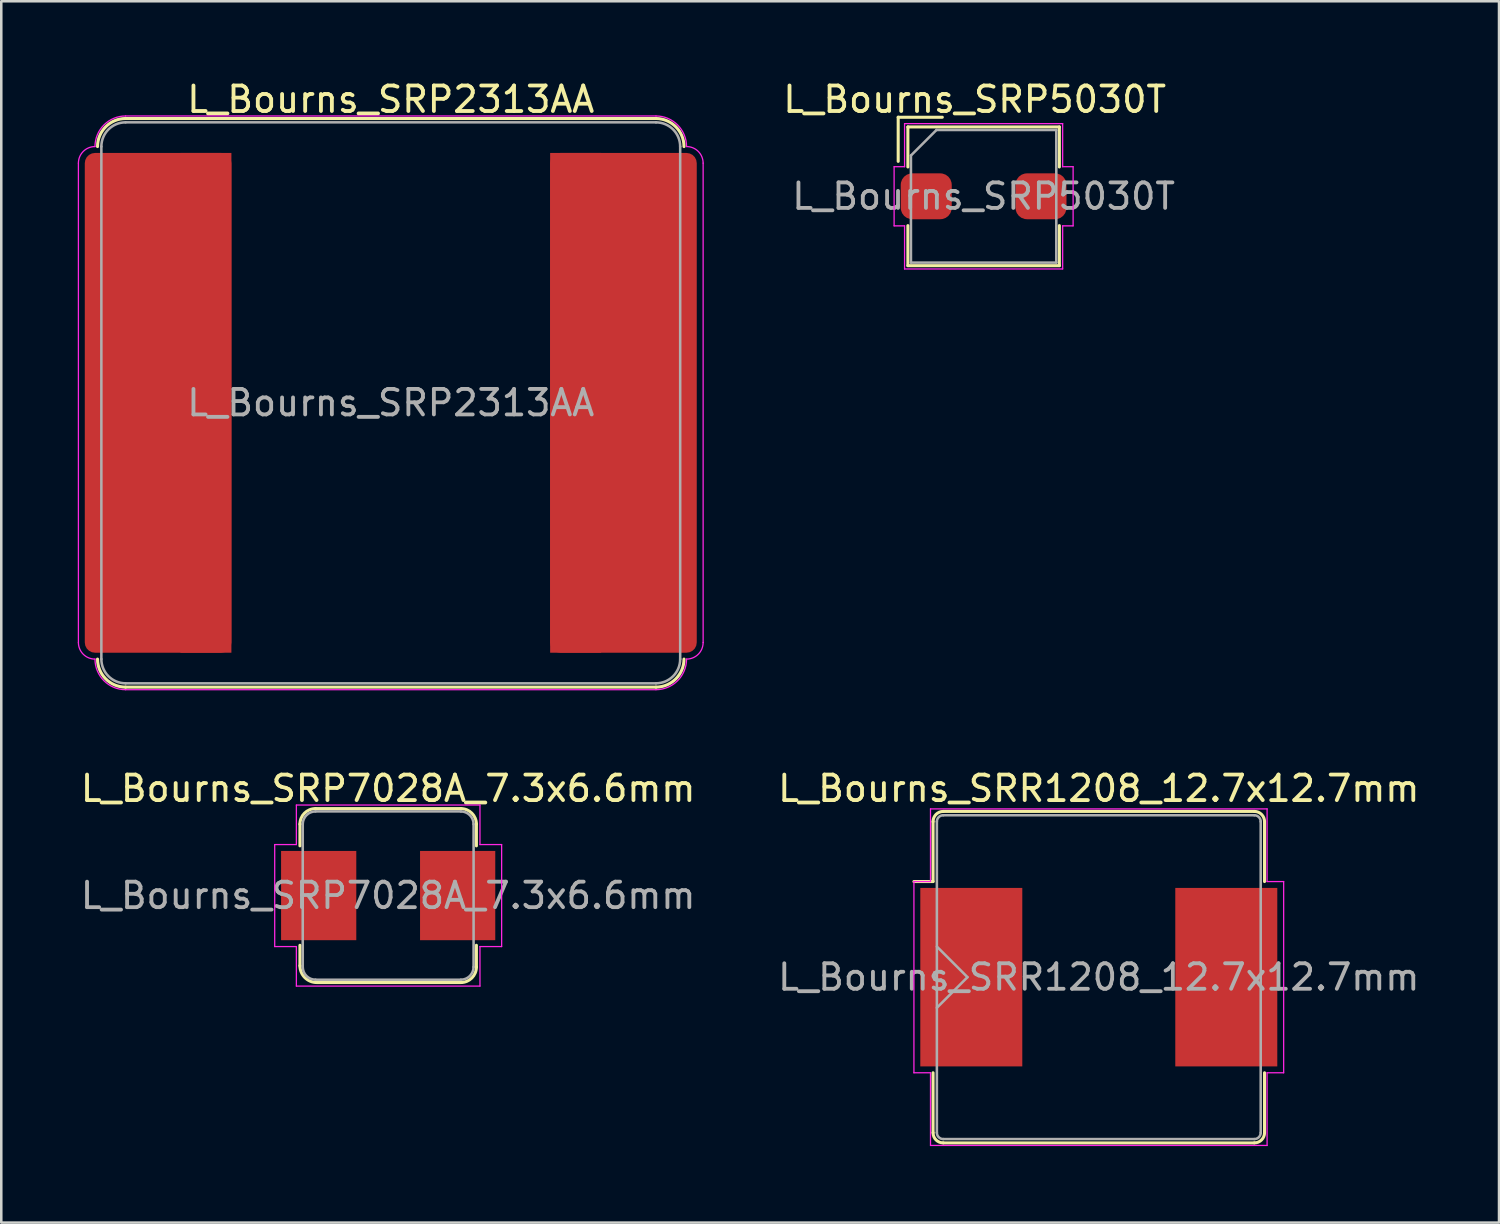
<source format=kicad_pcb>
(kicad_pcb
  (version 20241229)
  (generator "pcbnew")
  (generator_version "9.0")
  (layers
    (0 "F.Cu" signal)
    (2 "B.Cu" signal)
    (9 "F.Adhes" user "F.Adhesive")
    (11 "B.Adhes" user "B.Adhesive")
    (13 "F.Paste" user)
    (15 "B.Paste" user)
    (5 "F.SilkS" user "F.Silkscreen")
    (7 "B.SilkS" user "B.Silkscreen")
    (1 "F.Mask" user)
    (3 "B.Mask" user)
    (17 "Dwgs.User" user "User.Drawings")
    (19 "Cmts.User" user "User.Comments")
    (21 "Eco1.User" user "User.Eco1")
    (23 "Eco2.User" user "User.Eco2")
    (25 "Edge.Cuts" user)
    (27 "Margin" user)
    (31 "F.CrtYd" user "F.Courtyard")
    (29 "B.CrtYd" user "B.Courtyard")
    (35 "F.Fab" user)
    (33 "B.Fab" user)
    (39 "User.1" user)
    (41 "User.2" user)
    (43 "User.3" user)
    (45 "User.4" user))
  (footprint "L_Bourns_SRR1208_12.7x12.7mm"
    (layer "F.Cu")
    (at 40.042 35.272)
    (property "Reference" "L_Bourns_SRR1208_12.7x12.7mm" (at 0 -7.4 0) (layer "F.SilkS") (effects (font (size 1 1) (thickness 0.15))))
    (attr smd)
    (fp_line (start -6.5 -6.1) (end -6.5 -3.75) (stroke (width 0.12) (type solid)) (layer "F.SilkS"))
    (fp_line (start -6.5 -3.75) (end -7.25 -3.75) (stroke (width 0.12) (type solid)) (layer "F.SilkS"))
    (fp_line (start -6.5 3.75) (end -6.5 6.1) (stroke (width 0.12) (type solid)) (layer "F.SilkS"))
    (fp_line (start -6.1 -6.5) (end 6.1 -6.5) (stroke (width 0.12) (type solid)) (layer "F.SilkS"))
    (fp_line (start 6.1 6.5) (end -6.1 6.5) (stroke (width 0.12) (type solid)) (layer "F.SilkS"))
    (fp_line (start 6.5 -6.1) (end 6.5 -3.75) (stroke (width 0.12) (type solid)) (layer "F.SilkS"))
    (fp_line (start 6.5 3.75) (end 6.5 6.1) (stroke (width 0.12) (type solid)) (layer "F.SilkS"))
    (fp_arc (start -6.5 -6.1) (mid -6.382843 -6.382843) (end -6.1 -6.5) (stroke (width 0.12) (type solid)) (layer "F.SilkS"))
    (fp_arc (start -6.1 6.5) (mid -6.382843 6.382843) (end -6.5 6.1) (stroke (width 0.12) (type solid)) (layer "F.SilkS"))
    (fp_arc (start 6.1 -6.5) (mid 6.382843 -6.382843) (end 6.5 -6.1) (stroke (width 0.12) (type solid)) (layer "F.SilkS"))
    (fp_arc (start 6.5 6.1) (mid 6.382843 6.382843) (end 6.1 6.5) (stroke (width 0.12) (type solid)) (layer "F.SilkS"))
    (fp_line (start -7.25 -3.75) (end -7.25 3.75) (stroke (width 0.05) (type solid)) (layer "F.CrtYd"))
    (fp_line (start -7.25 -3.75) (end -6.6 -3.75) (stroke (width 0.05) (type solid)) (layer "F.CrtYd"))
    (fp_line (start -6.6 -6.6) (end -6.6 -3.75) (stroke (width 0.05) (type solid)) (layer "F.CrtYd"))
    (fp_line (start -6.6 -6.6) (end 6.6 -6.6) (stroke (width 0.05) (type solid)) (layer "F.CrtYd"))
    (fp_line (start -6.6 3.75) (end -7.25 3.75) (stroke (width 0.05) (type solid)) (layer "F.CrtYd"))
    (fp_line (start -6.6 6.6) (end -6.6 3.75) (stroke (width 0.05) (type solid)) (layer "F.CrtYd"))
    (fp_line (start 6.6 -6.6) (end 6.6 -3.75) (stroke (width 0.05) (type solid)) (layer "F.CrtYd"))
    (fp_line (start 6.6 3.75) (end 6.6 6.6) (stroke (width 0.05) (type solid)) (layer "F.CrtYd"))
    (fp_line (start 6.6 6.6) (end -6.6 6.6) (stroke (width 0.05) (type solid)) (layer "F.CrtYd"))
    (fp_line (start 7.25 -3.75) (end 6.6 -3.75) (stroke (width 0.05) (type solid)) (layer "F.CrtYd"))
    (fp_line (start 7.25 -3.75) (end 7.25 3.75) (stroke (width 0.05) (type solid)) (layer "F.CrtYd"))
    (fp_line (start 7.25 3.75) (end 6.6 3.75) (stroke (width 0.05) (type solid)) (layer "F.CrtYd"))
    (fp_line (start -6.35 -6.1) (end -6.35 6.1) (stroke (width 0.1) (type solid)) (layer "F.Fab"))
    (fp_line (start -6.1 -6.35) (end 6.1 -6.35) (stroke (width 0.1) (type solid)) (layer "F.Fab"))
    (fp_line (start -5.15 0) (end -6.35 -1.2) (stroke (width 0.1) (type solid)) (layer "F.Fab"))
    (fp_line (start -5.15 0) (end -6.35 1.2) (stroke (width 0.1) (type solid)) (layer "F.Fab"))
    (fp_line (start 6.1 6.35) (end -6.1 6.35) (stroke (width 0.1) (type solid)) (layer "F.Fab"))
    (fp_line (start 6.35 -6.1) (end 6.35 6.1) (stroke (width 0.1) (type solid)) (layer "F.Fab"))
    (fp_arc (start -6.35 -6.1) (mid -6.276777 -6.276777) (end -6.1 -6.35) (stroke (width 0.1) (type solid)) (layer "F.Fab"))
    (fp_arc (start -6.1 6.35) (mid -6.276777 6.276777) (end -6.35 6.1) (stroke (width 0.1) (type solid)) (layer "F.Fab"))
    (fp_arc (start 6.1 -6.35) (mid 6.276777 -6.276777) (end 6.35 -6.1) (stroke (width 0.1) (type solid)) (layer "F.Fab"))
    (fp_arc (start 6.35 6.1) (mid 6.276777 6.276777) (end 6.1 6.35) (stroke (width 0.1) (type solid)) (layer "F.Fab"))
    (fp_text user "${REFERENCE}" (at 0 0 0) (layer "F.Fab") (effects (font (size 1 1) (thickness 0.15))))
    (pad "1" smd rect (at -5 0) (size 4 7) (layers "F.Cu" "F.Mask" "F.Paste"))
    (pad "2" smd rect (at 5 0) (size 4 7) (layers "F.Cu" "F.Mask" "F.Paste")))
  (footprint "L_Bourns_SRP7028A_7.3x6.6mm"
    (layer "F.Cu")
    (at 12.173 32.072)
    (property "Reference" "L_Bourns_SRP7028A_7.3x6.6mm" (at 0 -4.2 0) (layer "F.SilkS") (effects (font (size 1 1) (thickness 0.15))))
    (attr smd)
    (fp_line (start -3.46 -1.95) (end -3.46 -2.8) (stroke (width 0.12) (type solid)) (layer "F.SilkS"))
    (fp_line (start -3.46 2.75) (end -3.46 1.95) (stroke (width 0.12) (type solid)) (layer "F.SilkS"))
    (fp_line (start -2.85 -3.41) (end 2.85 -3.41) (stroke (width 0.12) (type solid)) (layer "F.SilkS"))
    (fp_line (start 2.85 3.41) (end -2.8 3.41) (stroke (width 0.12) (type solid)) (layer "F.SilkS"))
    (fp_line (start 3.46 -2.8) (end 3.46 -1.95) (stroke (width 0.12) (type solid)) (layer "F.SilkS"))
    (fp_line (start 3.46 1.95) (end 3.46 2.8) (stroke (width 0.12) (type solid)) (layer "F.SilkS"))
    (fp_arc (start -3.46 -2.8) (mid -3.281335 -3.231335) (end -2.85 -3.41) (stroke (width 0.12) (type solid)) (layer "F.SilkS"))
    (fp_arc (start -2.8 3.41) (mid -3.26669 3.21669) (end -3.46 2.75) (stroke (width 0.12) (type solid)) (layer "F.SilkS"))
    (fp_arc (start 2.85 -3.41) (mid 3.281335 -3.231335) (end 3.46 -2.8) (stroke (width 0.12) (type solid)) (layer "F.SilkS"))
    (fp_arc (start 3.46 2.8) (mid 3.281335 3.231335) (end 2.85 3.41) (stroke (width 0.12) (type solid)) (layer "F.SilkS"))
    (fp_line (start -4.45 -2) (end -3.6 -2) (stroke (width 0.05) (type solid)) (layer "F.CrtYd"))
    (fp_line (start -4.45 2) (end -4.45 -2) (stroke (width 0.05) (type solid)) (layer "F.CrtYd"))
    (fp_line (start -3.6 -3.55) (end 3.6 -3.55) (stroke (width 0.05) (type solid)) (layer "F.CrtYd"))
    (fp_line (start -3.6 -2) (end -3.6 -3.55) (stroke (width 0.05) (type solid)) (layer "F.CrtYd"))
    (fp_line (start -3.6 2) (end -4.45 2) (stroke (width 0.05) (type solid)) (layer "F.CrtYd"))
    (fp_line (start -3.6 3.55) (end -3.6 2) (stroke (width 0.05) (type solid)) (layer "F.CrtYd"))
    (fp_line (start 3.6 -3.55) (end 3.6 -2) (stroke (width 0.05) (type solid)) (layer "F.CrtYd"))
    (fp_line (start 3.6 -2) (end 4.45 -2) (stroke (width 0.05) (type solid)) (layer "F.CrtYd"))
    (fp_line (start 3.6 2) (end 3.6 3.55) (stroke (width 0.05) (type solid)) (layer "F.CrtYd"))
    (fp_line (start 3.6 3.55) (end -3.6 3.55) (stroke (width 0.05) (type solid)) (layer "F.CrtYd"))
    (fp_line (start 4.45 -2) (end 4.45 2) (stroke (width 0.05) (type solid)) (layer "F.CrtYd"))
    (fp_line (start 4.45 2) (end 3.6 2) (stroke (width 0.05) (type solid)) (layer "F.CrtYd"))
    (fp_line (start -3.35 2.8) (end -3.35 -2.8) (stroke (width 0.1) (type solid)) (layer "F.Fab"))
    (fp_line (start -2.85 -3.3) (end 2.85 -3.3) (stroke (width 0.1) (type solid)) (layer "F.Fab"))
    (fp_line (start 2.85 3.3) (end -2.85 3.3) (stroke (width 0.1) (type solid)) (layer "F.Fab"))
    (fp_line (start 3.35 -2.8) (end 3.35 2.8) (stroke (width 0.1) (type solid)) (layer "F.Fab"))
    (fp_arc (start -3.35 -2.8) (mid -3.203553 -3.153553) (end -2.85 -3.3) (stroke (width 0.1) (type solid)) (layer "F.Fab"))
    (fp_arc (start -2.85 3.3) (mid -3.203553 3.153553) (end -3.35 2.8) (stroke (width 0.1) (type solid)) (layer "F.Fab"))
    (fp_arc (start 2.85 -3.3) (mid 3.203553 -3.153553) (end 3.35 -2.8) (stroke (width 0.1) (type solid)) (layer "F.Fab"))
    (fp_arc (start 3.35 2.8) (mid 3.203553 3.153553) (end 2.85 3.3) (stroke (width 0.1) (type solid)) (layer "F.Fab"))
    (fp_text user "${REFERENCE}" (at 0 0 0) (layer "F.Fab") (effects (font (size 1 1) (thickness 0.15))))
    (pad "1" smd rect (at -2.725 0) (size 2.95 3.5) (layers "F.Cu" "F.Mask" "F.Paste"))
    (pad "2" smd rect (at 2.725 0) (size 2.95 3.5) (layers "F.Cu" "F.Mask" "F.Paste")))
  (footprint "L_Bourns_SRP5030T"
    (layer "F.Cu")
    (at 35.525 4.648)
    (property "Reference" "L_Bourns_SRP5030T" (at -0.35 -3.8 0) (layer "F.SilkS") (effects (font (size 1 1) (thickness 0.15))))
    (attr smd)
    (fp_line (start -3.35 -3.1) (end -1.62 -3.1) (stroke (width 0.12) (type solid)) (layer "F.SilkS"))
    (fp_line (start -3.35 -1.37) (end -3.35 -3.1) (stroke (width 0.12) (type solid)) (layer "F.SilkS"))
    (fp_line (start -2.97 -2.72) (end -2.97 -1.15) (stroke (width 0.12) (type solid)) (layer "F.SilkS"))
    (fp_line (start -2.97 -2.72) (end 2.97 -2.72) (stroke (width 0.12) (type solid)) (layer "F.SilkS"))
    (fp_line (start -2.97 1.15) (end -2.97 2.72) (stroke (width 0.12) (type solid)) (layer "F.SilkS"))
    (fp_line (start -2.97 2.72) (end 2.97 2.72) (stroke (width 0.12) (type solid)) (layer "F.SilkS"))
    (fp_line (start 2.97 -2.72) (end 2.97 -1.15) (stroke (width 0.12) (type solid)) (layer "F.SilkS"))
    (fp_line (start 2.97 1.15) (end 2.97 2.72) (stroke (width 0.12) (type solid)) (layer "F.SilkS"))
    (fp_line (start -3.51 -1.16) (end -3.51 1.16) (stroke (width 0.05) (type solid)) (layer "F.CrtYd"))
    (fp_line (start -3.51 1.16) (end -3.1 1.16) (stroke (width 0.05) (type solid)) (layer "F.CrtYd"))
    (fp_line (start -3.1 -2.85) (end -3.1 -1.16) (stroke (width 0.05) (type solid)) (layer "F.CrtYd"))
    (fp_line (start -3.1 -2.85) (end 3.1 -2.85) (stroke (width 0.05) (type solid)) (layer "F.CrtYd"))
    (fp_line (start -3.1 -1.16) (end -3.51 -1.16) (stroke (width 0.05) (type solid)) (layer "F.CrtYd"))
    (fp_line (start -3.1 1.16) (end -3.1 2.85) (stroke (width 0.05) (type solid)) (layer "F.CrtYd"))
    (fp_line (start -3.1 2.85) (end 3.1 2.85) (stroke (width 0.05) (type solid)) (layer "F.CrtYd"))
    (fp_line (start 3.1 -2.85) (end 3.1 -1.16) (stroke (width 0.05) (type solid)) (layer "F.CrtYd"))
    (fp_line (start 3.1 -1.16) (end 3.51 -1.16) (stroke (width 0.05) (type solid)) (layer "F.CrtYd"))
    (fp_line (start 3.1 1.16) (end 3.1 2.85) (stroke (width 0.05) (type solid)) (layer "F.CrtYd"))
    (fp_line (start 3.51 -1.16) (end 3.51 1.16) (stroke (width 0.05) (type solid)) (layer "F.CrtYd"))
    (fp_line (start 3.51 1.16) (end 3.1 1.16) (stroke (width 0.05) (type solid)) (layer "F.CrtYd"))
    (fp_line (start -2.85 -1.6) (end -1.85 -2.6) (stroke (width 0.1) (type solid)) (layer "F.Fab"))
    (fp_line (start -2.85 2.6) (end -2.85 -1.6) (stroke (width 0.1) (type solid)) (layer "F.Fab"))
    (fp_line (start -1.85 -2.6) (end 2.85 -2.6) (stroke (width 0.1) (type solid)) (layer "F.Fab"))
    (fp_line (start 2.85 -2.6) (end 2.85 2.6) (stroke (width 0.1) (type solid)) (layer "F.Fab"))
    (fp_line (start 2.85 2.6) (end -2.85 2.6) (stroke (width 0.1) (type solid)) (layer "F.Fab"))
    (fp_text user "${REFERENCE}" (at 0 0 0) (layer "F.Fab") (effects (font (size 1 1) (thickness 0.15))))
    (pad "1" smd roundrect (at -2.25 0) (size 2 1.8) (layers "F.Cu" "F.Mask" "F.Paste") (roundrect_rratio 0.25))
    (pad "2" smd roundrect (at 2.25 0) (size 2 1.8) (layers "F.Cu" "F.Mask" "F.Paste") (roundrect_rratio 0.25)))
  (footprint "L_Bourns_SRP2313AA"
    (layer "F.Cu")
    (at 12.275 12.748)
    (property "Reference" "L_Bourns_SRP2313AA" (at 0 -11.9 0) (layer "F.SilkS") (effects (font (size 1 1) (thickness 0.15))))
    (attr smd)
    (fp_line (start -10.4 -11.15) (end 10.4 -11.15) (stroke (width 0.12) (type solid)) (layer "F.SilkS"))
    (fp_line (start 10.4 11.15) (end -10.4 11.15) (stroke (width 0.12) (type solid)) (layer "F.SilkS"))
    (fp_arc (start -11.5 -10.05) (mid -11.177817 -10.827817) (end -10.4 -11.15) (stroke (width 0.12) (type solid)) (layer "F.SilkS"))
    (fp_arc (start -10.4 11.15) (mid -11.177817 10.827817) (end -11.5 10.05) (stroke (width 0.12) (type solid)) (layer "F.SilkS"))
    (fp_arc (start 10.4 -11.15) (mid 11.177817 -10.827817) (end 11.5 -10.05) (stroke (width 0.12) (type solid)) (layer "F.SilkS"))
    (fp_arc (start 11.5 10.05) (mid 11.177817 10.827817) (end 10.4 11.15) (stroke (width 0.12) (type solid)) (layer "F.SilkS"))
    (fp_line (start -12.25 9.4) (end -12.25 -9.4) (stroke (width 0.05) (type solid)) (layer "F.CrtYd"))
    (fp_line (start -10.4 -11.25) (end 10.4 -11.25) (stroke (width 0.05) (type solid)) (layer "F.CrtYd"))
    (fp_line (start 10.4 11.25) (end -10.4 11.25) (stroke (width 0.05) (type solid)) (layer "F.CrtYd"))
    (fp_line (start 12.25 -9.4) (end 12.25 9.4) (stroke (width 0.05) (type solid)) (layer "F.CrtYd"))
    (fp_arc (start -12.25 -9.4) (mid -12.059619 -9.859619) (end -11.6 -10.05) (stroke (width 0.05) (type solid)) (layer "F.CrtYd"))
    (fp_arc (start -11.6 -10.05) (mid -11.248528 -10.898528) (end -10.4 -11.25) (stroke (width 0.05) (type solid)) (layer "F.CrtYd"))
    (fp_arc (start -11.6 10.05) (mid -12.059619 9.859619) (end -12.25 9.4) (stroke (width 0.05) (type solid)) (layer "F.CrtYd"))
    (fp_arc (start -10.4 11.25) (mid -11.248528 10.898528) (end -11.6 10.05) (stroke (width 0.05) (type solid)) (layer "F.CrtYd"))
    (fp_arc (start 10.4 -11.25) (mid 11.248528 -10.898528) (end 11.6 -10.05) (stroke (width 0.05) (type solid)) (layer "F.CrtYd"))
    (fp_arc (start 11.6 -10.05) (mid 12.059619 -9.859619) (end 12.25 -9.4) (stroke (width 0.05) (type solid)) (layer "F.CrtYd"))
    (fp_arc (start 11.6 10.05) (mid 11.248528 10.898528) (end 10.4 11.25) (stroke (width 0.05) (type solid)) (layer "F.CrtYd"))
    (fp_arc (start 12.25 9.4) (mid 12.059619 9.859619) (end 11.6 10.05) (stroke (width 0.05) (type solid)) (layer "F.CrtYd"))
    (fp_line (start -11.35 -10.05) (end -11.35 10.05) (stroke (width 0.1) (type solid)) (layer "F.Fab"))
    (fp_line (start -10.4 -11) (end 10.4 -11) (stroke (width 0.1) (type solid)) (layer "F.Fab"))
    (fp_line (start 10.4 11) (end -10.4 11) (stroke (width 0.1) (type solid)) (layer "F.Fab"))
    (fp_line (start 11.35 -10.05) (end 11.35 10.05) (stroke (width 0.1) (type solid)) (layer "F.Fab"))
    (fp_arc (start -11.35 -10.05) (mid -11.071751 -10.721751) (end -10.4 -11) (stroke (width 0.1) (type solid)) (layer "F.Fab"))
    (fp_arc (start -10.4 11) (mid -11.071751 10.721751) (end -11.35 10.05) (stroke (width 0.1) (type solid)) (layer "F.Fab"))
    (fp_arc (start 10.4 -11) (mid 11.071751 -10.721751) (end 11.35 -10.05) (stroke (width 0.1) (type solid)) (layer "F.Fab"))
    (fp_arc (start 11.35 10.05) (mid 11.071751 10.721751) (end 10.4 11) (stroke (width 0.1) (type solid)) (layer "F.Fab"))
    (fp_text user "${REFERENCE}" (at 0 0 0) (layer "F.Fab") (effects (font (size 1 1) (thickness 0.15))))
    (pad "1" smd roundrect (at -9.125 0) (size 5.75 19.6) (layers "F.Cu" "F.Mask" "F.Paste") (roundrect_rratio 0.07))
    (pad "1" smd rect (at -7.25 0) (size 2 19.6) (layers "F.Cu" "F.Mask" "F.Paste"))
    (pad "2" smd rect (at 7.25 0) (size 2 19.6) (layers "F.Cu" "F.Mask" "F.Paste"))
    (pad "2" smd roundrect (at 9.125 0) (size 5.75 19.6) (layers "F.Cu" "F.Mask" "F.Paste") (roundrect_rratio 0.07)))
  (gr_rect
    (start -3 -3)
    (end 55.738 44.897)
    (stroke (width 0.1) (type default))
    (fill no)
    (layer "Edge.Cuts")))
</source>
